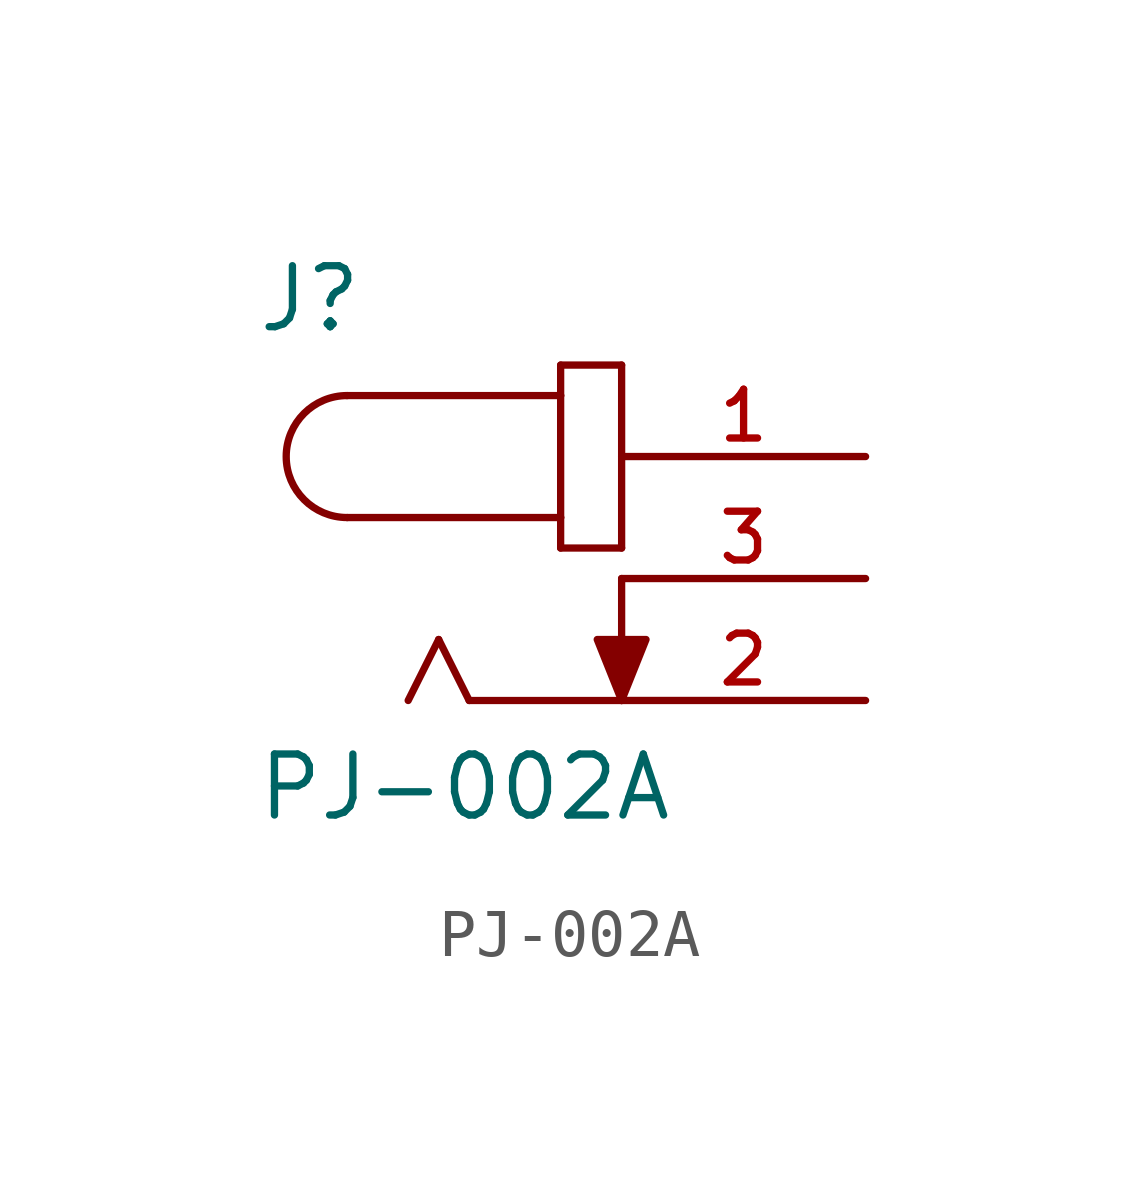
<source format=kicad_sym>
(kicad_symbol_lib
  (version 20220914)
  (generator kicad_symbol_editor)
  (symbol "PJ-002A"
    (pin_names
      (offset 1.016))
    (property "Reference" "J"
      (at -7.621 5.081 0)
      (effects (font (size 1.27 1.27)) (justify left bottom)))
    (property "Value" "PJ-002A"
      (at -7.632 -5.088 0)
      (effects (font (size 1.27 1.27)) (justify left bottom)))
    (symbol "PJ-002A_0_0"
      (arc (start -5.715 3.81) (mid -6.9795 2.54) (end -5.715 1.27) (stroke (width 0.1524) (type default)) (fill (type none)))
      (polyline (pts (xy -5.715 3.81) (xy -1.27 3.81)) (stroke (width 0.152) (type default)) (fill (type none)))
      (polyline (pts (xy -3.81 -1.27) (xy -4.445 -2.54)) (stroke (width 0.152) (type default)) (fill (type none)))
      (polyline (pts (xy -3.175 -2.54) (xy -3.81 -1.27)) (stroke (width 0.152) (type default)) (fill (type none)))
      (polyline (pts (xy -1.27 0.635) (xy 0 0.635)) (stroke (width 0.152) (type default)) (fill (type none)))
      (polyline (pts (xy -1.27 1.27) (xy -5.715 1.27)) (stroke (width 0.152) (type default)) (fill (type none)))
      (polyline (pts (xy -1.27 1.27) (xy -1.27 0.635)) (stroke (width 0.152) (type default)) (fill (type none)))
      (polyline (pts (xy -1.27 3.81) (xy -1.27 1.27)) (stroke (width 0.152) (type default)) (fill (type none)))
      (polyline (pts (xy -1.27 4.445) (xy -1.27 3.81)) (stroke (width 0.152) (type default)) (fill (type none)))
      (polyline (pts (xy 0 -2.54) (xy -3.175 -2.54)) (stroke (width 0.152) (type default)) (fill (type none)))
      (polyline (pts (xy 0 0) (xy 0 -2.54)) (stroke (width 0.152) (type default)) (fill (type none)))
      (polyline (pts (xy 0 0.635) (xy 0 4.445)) (stroke (width 0.152) (type default)) (fill (type none)))
      (polyline (pts (xy 0 4.445) (xy -1.27 4.445)) (stroke (width 0.152) (type default)) (fill (type none)))
      (polyline (pts (xy 0 -2.54) (xy -0.508 -1.27) (xy 0.508 -1.27) (xy 0 -2.54)) (stroke (width 0.152) (type default)) (fill (type outline)))
      (pin passive line (at 5.08 2.54 180) (length 5.08) (name "~" (effects (font (size 1.016 1.016)))) (number "1" (effects (font (size 1.016 1.016)))))
      (pin passive line (at 5.08 -2.54 180) (length 5.08) (name "~" (effects (font (size 1.016 1.016)))) (number "2" (effects (font (size 1.016 1.016)))))
      (pin passive line (at 5.08 0 180) (length 5.08) (name "~" (effects (font (size 1.016 1.016)))) (number "3" (effects (font (size 1.016 1.016))))))))
</source>
